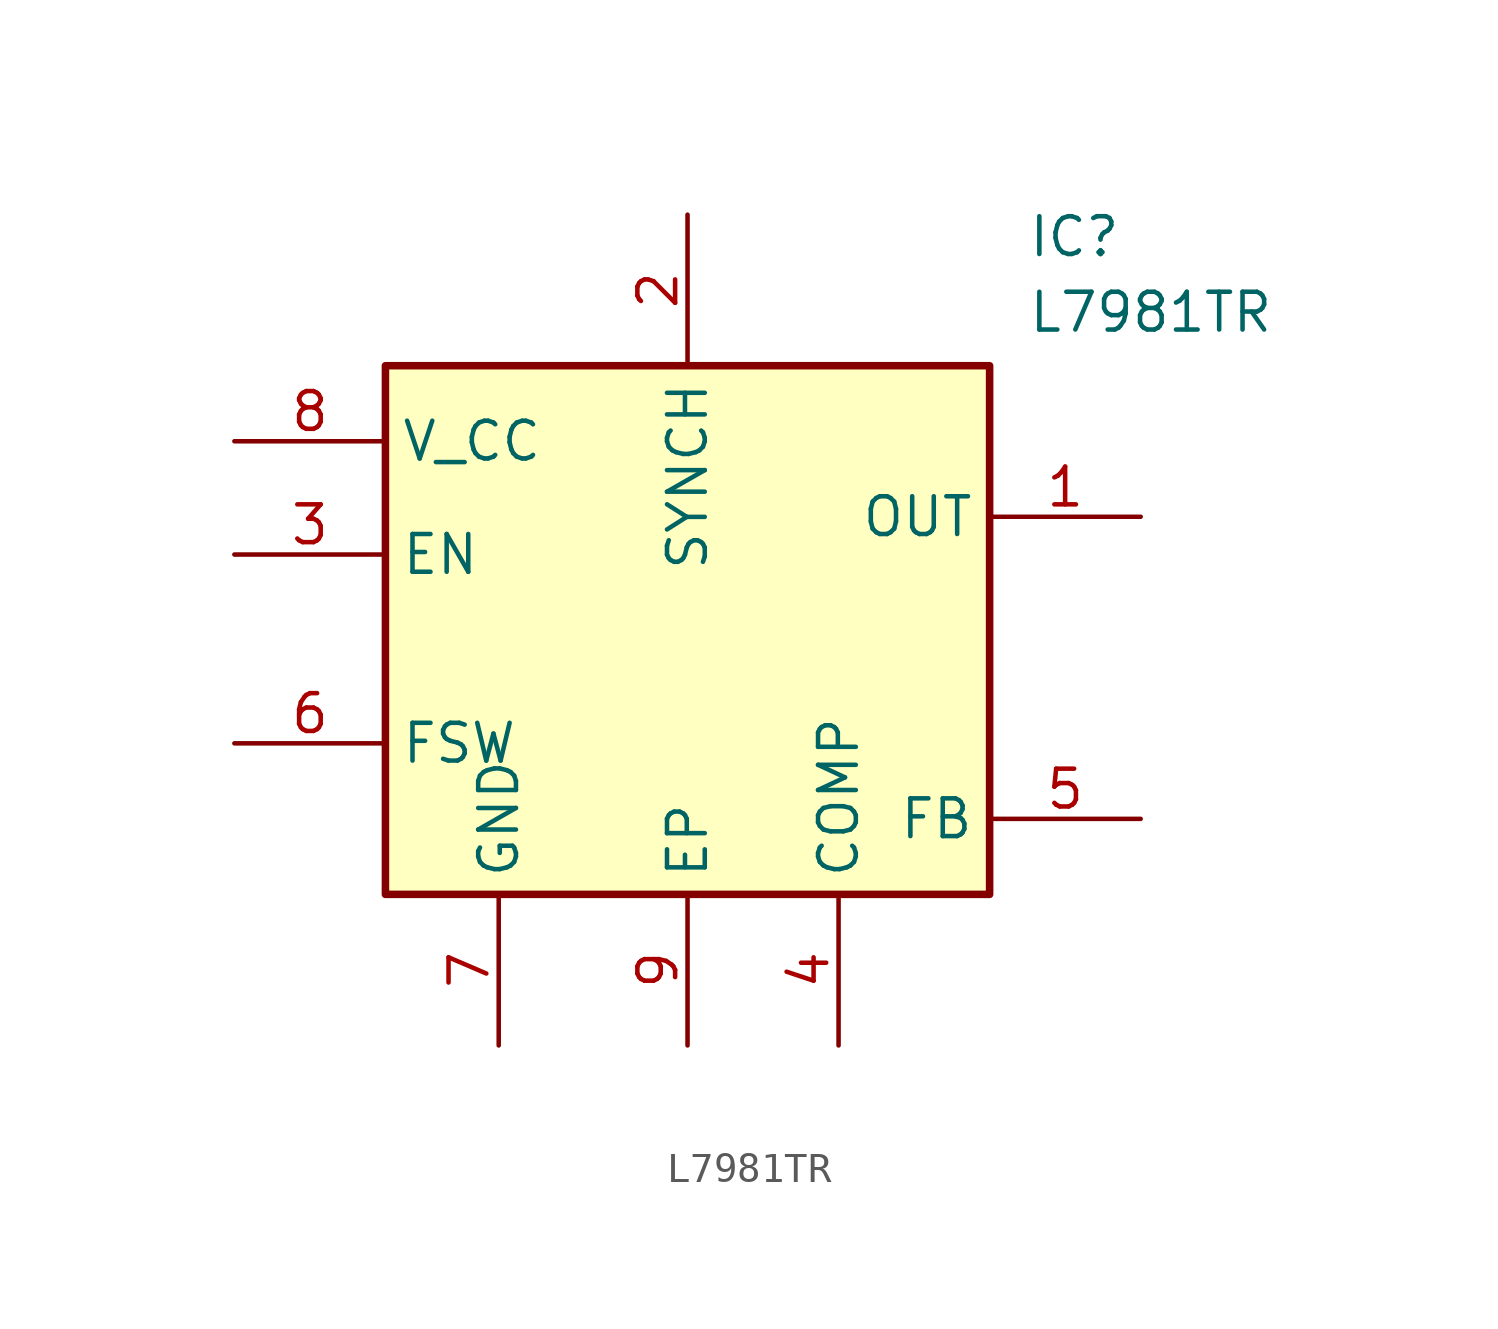
<source format=kicad_sym>
(kicad_symbol_lib
  (version 20231120)
  (generator "kicad_symbol_editor")
  (generator_version "8.0")
  (symbol "L7981TR"
    (property "Reference" "IC"
      (at 26.67 7.62 0)
      (effects (font (size 1.27 1.27)) (justify left top)))
    (property "Value" "L7981TR"
      (at 26.67 5.08 0)
      (effects (font (size 1.27 1.27)) (justify left top)))
    (symbol "L7981TR_1_1"
      (rectangle (start 5.08 2.54) (end 25.4 -15.24) (stroke (width 0.254) (type default)) (fill (type background)))
      (pin passive line (at 30.48 -2.54 180) (length 5.08) (name "OUT" (effects (font (size 1.27 1.27)))) (number "1" (effects (font (size 1.27 1.27)))))
      (pin passive line (at 15.24 7.62 270) (length 5.08) (name "SYNCH" (effects (font (size 1.27 1.27)))) (number "2" (effects (font (size 1.27 1.27)))))
      (pin passive line (at 0 -3.81 0) (length 5.08) (name "EN" (effects (font (size 1.27 1.27)))) (number "3" (effects (font (size 1.27 1.27)))))
      (pin passive line (at 20.32 -20.32 90) (length 5.08) (name "COMP" (effects (font (size 1.27 1.27)))) (number "4" (effects (font (size 1.27 1.27)))))
      (pin passive line (at 30.48 -12.7 180) (length 5.08) (name "FB" (effects (font (size 1.27 1.27)))) (number "5" (effects (font (size 1.27 1.27)))))
      (pin passive line (at 0 -10.16 0) (length 5.08) (name "FSW" (effects (font (size 1.27 1.27)))) (number "6" (effects (font (size 1.27 1.27)))))
      (pin passive line (at 8.89 -20.32 90) (length 5.08) (name "GND" (effects (font (size 1.27 1.27)))) (number "7" (effects (font (size 1.27 1.27)))))
      (pin passive line (at 0 0 0) (length 5.08) (name "V_CC" (effects (font (size 1.27 1.27)))) (number "8" (effects (font (size 1.27 1.27)))))
      (pin passive line (at 15.24 -20.32 90) (length 5.08) (name "EP" (effects (font (size 1.27 1.27)))) (number "9" (effects (font (size 1.27 1.27))))))))
</source>
